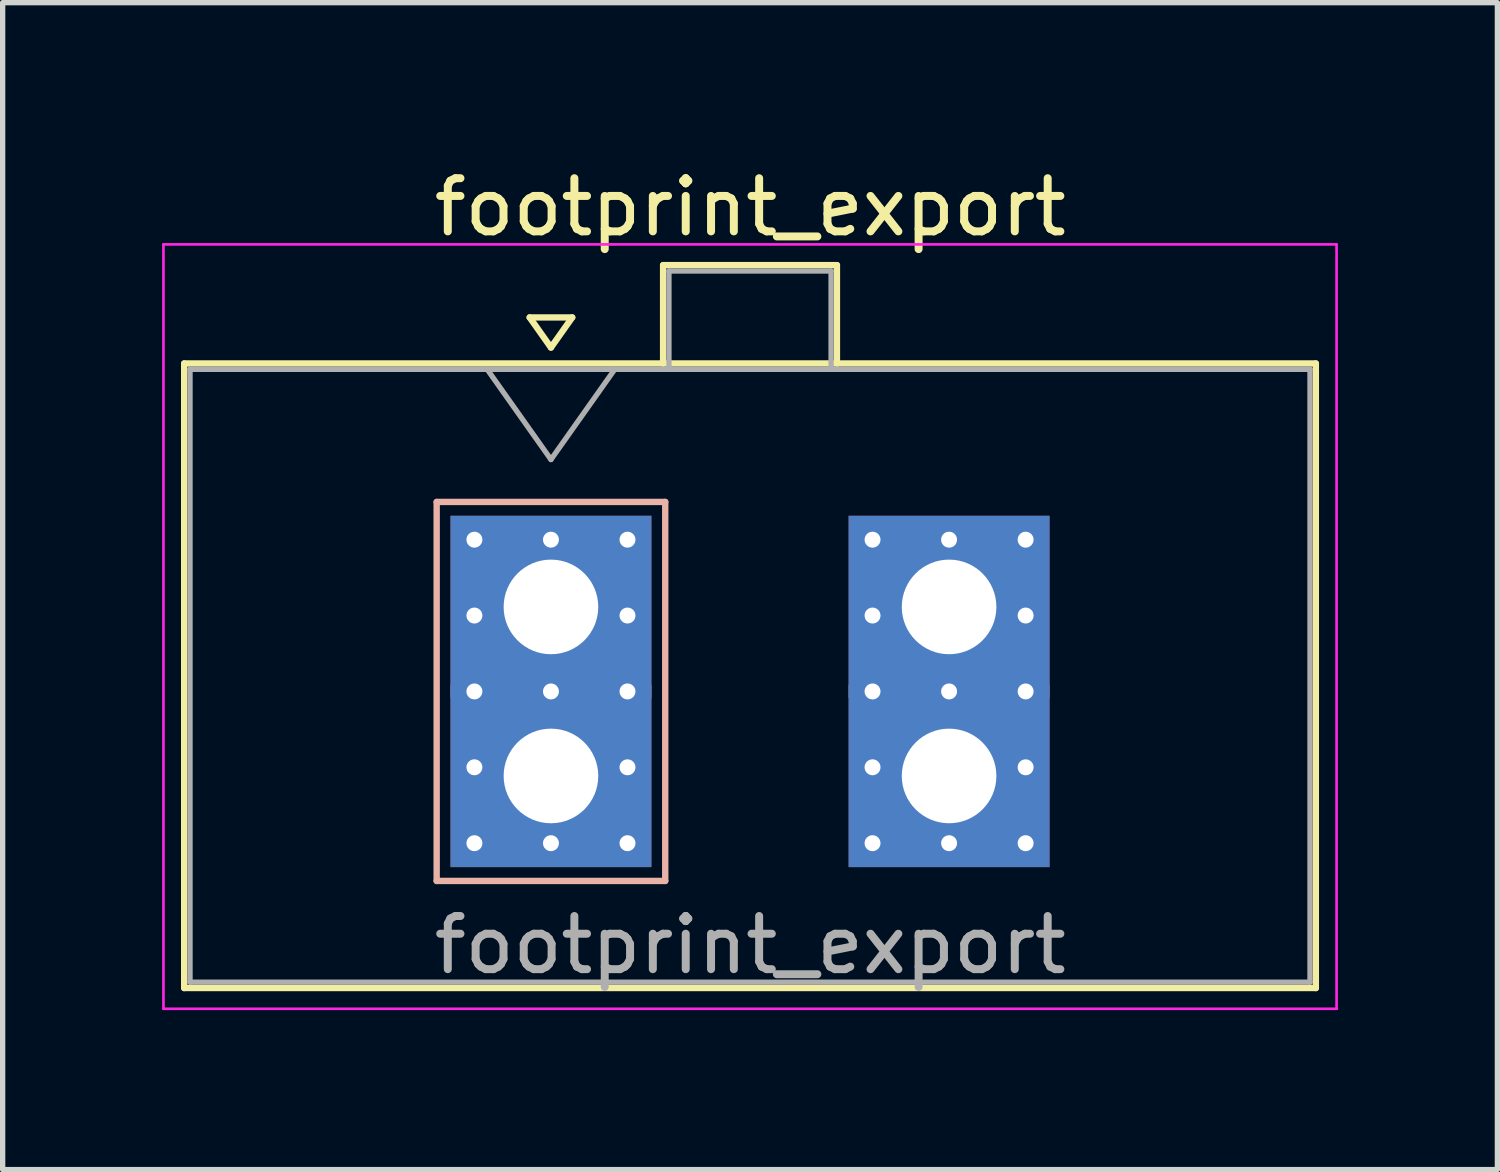
<source format=kicad_pcb>
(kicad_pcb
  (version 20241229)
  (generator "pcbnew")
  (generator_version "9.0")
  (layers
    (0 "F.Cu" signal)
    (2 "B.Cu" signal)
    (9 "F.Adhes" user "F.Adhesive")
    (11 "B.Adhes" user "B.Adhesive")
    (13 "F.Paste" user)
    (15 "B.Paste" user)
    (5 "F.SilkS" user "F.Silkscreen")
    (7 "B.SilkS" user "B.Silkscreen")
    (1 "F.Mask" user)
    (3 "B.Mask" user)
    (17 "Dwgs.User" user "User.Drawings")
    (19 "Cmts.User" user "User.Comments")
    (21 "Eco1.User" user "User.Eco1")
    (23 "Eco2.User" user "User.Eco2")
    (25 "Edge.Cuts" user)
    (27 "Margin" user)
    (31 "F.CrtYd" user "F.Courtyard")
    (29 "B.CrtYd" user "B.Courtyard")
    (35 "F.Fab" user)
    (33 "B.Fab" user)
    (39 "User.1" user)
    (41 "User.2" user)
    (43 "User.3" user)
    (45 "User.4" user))
  (footprint "footprint_export"
    (layer "F.Cu")
    (at 7.315 11.548)
    (property "Reference" "footprint_export" (at 3.75 -10.7 0) (layer "F.SilkS") (effects (font (size 1 1) (thickness 0.15))))
    (attr through_hole)
    (fp_line (start -6.9 -7.76) (end -6.9 3.99) (stroke (width 0.12) (type solid)) (layer "F.SilkS"))
    (fp_line (start -6.9 3.99) (end 14.39 3.99) (stroke (width 0.12) (type solid)) (layer "F.SilkS"))
    (fp_line (start -0.4 -8.626) (end 0 -8.06) (stroke (width 0.12) (type solid)) (layer "F.SilkS"))
    (fp_line (start 0 -8.06) (end 0.4 -8.626) (stroke (width 0.12) (type solid)) (layer "F.SilkS"))
    (fp_line (start 0.4 -8.626) (end -0.4 -8.626) (stroke (width 0.12) (type solid)) (layer "F.SilkS"))
    (fp_line (start 2.11 -9.61) (end 5.38 -9.61) (stroke (width 0.12) (type solid)) (layer "F.SilkS"))
    (fp_line (start 2.11 -7.76) (end 2.11 -9.61) (stroke (width 0.12) (type solid)) (layer "F.SilkS"))
    (fp_line (start 5.38 -9.61) (end 5.38 -7.76) (stroke (width 0.12) (type solid)) (layer "F.SilkS"))
    (fp_line (start 14.39 -7.76) (end -6.9 -7.76) (stroke (width 0.12) (type solid)) (layer "F.SilkS"))
    (fp_line (start 14.39 3.99) (end 14.39 -7.76) (stroke (width 0.12) (type solid)) (layer "F.SilkS"))
    (fp_line (start -2.15 -5.155) (end -2.15 1.975) (stroke (width 0.12) (type solid)) (layer "B.SilkS"))
    (fp_line (start -2.15 1.975) (end 2.15 1.975) (stroke (width 0.12) (type solid)) (layer "B.SilkS"))
    (fp_line (start 2.15 -5.155) (end -2.15 -5.155) (stroke (width 0.12) (type solid)) (layer "B.SilkS"))
    (fp_line (start 2.15 1.975) (end 2.15 -5.155) (stroke (width 0.12) (type solid)) (layer "B.SilkS"))
    (fp_line (start -7.29 -10) (end -7.29 4.38) (stroke (width 0.05) (type solid)) (layer "F.CrtYd"))
    (fp_line (start -7.29 4.38) (end 14.78 4.38) (stroke (width 0.05) (type solid)) (layer "F.CrtYd"))
    (fp_line (start 14.78 -10) (end -7.29 -10) (stroke (width 0.05) (type solid)) (layer "F.CrtYd"))
    (fp_line (start 14.78 4.38) (end 14.78 -10) (stroke (width 0.05) (type solid)) (layer "F.CrtYd"))
    (fp_line (start -6.79 -7.65) (end -6.79 3.88) (stroke (width 0.1) (type solid)) (layer "F.Fab"))
    (fp_line (start -6.79 3.88) (end 14.28 3.88) (stroke (width 0.1) (type solid)) (layer "F.Fab"))
    (fp_line (start -1.2 -7.65) (end 0 -5.953) (stroke (width 0.1) (type solid)) (layer "F.Fab"))
    (fp_line (start 0 -5.953) (end 1.2 -7.65) (stroke (width 0.1) (type solid)) (layer "F.Fab"))
    (fp_line (start 2.22 -9.5) (end 5.27 -9.5) (stroke (width 0.1) (type solid)) (layer "F.Fab"))
    (fp_line (start 2.22 -7.65) (end 2.22 -9.5) (stroke (width 0.1) (type solid)) (layer "F.Fab"))
    (fp_line (start 5.27 -9.5) (end 5.27 -7.65) (stroke (width 0.1) (type solid)) (layer "F.Fab"))
    (fp_line (start 14.28 -7.65) (end -6.79 -7.65) (stroke (width 0.1) (type solid)) (layer "F.Fab"))
    (fp_line (start 14.28 3.88) (end 14.28 -7.65) (stroke (width 0.1) (type solid)) (layer "F.Fab"))
    (fp_text user "${REFERENCE}" (at 3.75 3.18 0) (layer "F.Fab") (effects (font (size 1 1) (thickness 0.15))))
    (pad "1" thru_hole rect (at -1.44 -4.445) (size 0.6 0.6) (drill 0.3) (layers "*.Cu" "*.Mask"))
    (pad "1" thru_hole rect (at -1.44 -3.018) (size 0.6 0.6) (drill 0.3) (layers "*.Cu" "*.Mask"))
    (pad "1" thru_hole rect (at -1.44 -1.59) (size 0.6 0.6) (drill 0.3) (layers "*.Cu" "*.Mask"))
    (pad "1" thru_hole rect (at -1.44 -0.163) (size 0.6 0.6) (drill 0.3) (layers "*.Cu" "*.Mask"))
    (pad "1" thru_hole rect (at -1.44 1.265) (size 0.6 0.6) (drill 0.3) (layers "*.Cu" "*.Mask"))
    (pad "1" thru_hole rect (at 0 -4.445) (size 0.6 0.6) (drill 0.3) (layers "*.Cu" "*.Mask"))
    (pad "1" thru_hole rect (at 0 -3.18) (size 3.78 3.43) (drill 1.78) (layers "*.Cu" "*.Mask"))
    (pad "1" thru_hole rect (at 0 -1.59) (size 0.6 0.6) (drill 0.3) (layers "*.Cu" "*.Mask"))
    (pad "1" thru_hole rect (at 0 0) (size 3.78 3.43) (drill 1.78) (layers "*.Cu" "*.Mask"))
    (pad "1" thru_hole rect (at 0 1.265) (size 0.6 0.6) (drill 0.3) (layers "*.Cu" "*.Mask"))
    (pad "1" thru_hole rect (at 1.44 -4.445) (size 0.6 0.6) (drill 0.3) (layers "*.Cu" "*.Mask"))
    (pad "1" thru_hole rect (at 1.44 -3.018) (size 0.6 0.6) (drill 0.3) (layers "*.Cu" "*.Mask"))
    (pad "1" thru_hole rect (at 1.44 -1.59) (size 0.6 0.6) (drill 0.3) (layers "*.Cu" "*.Mask"))
    (pad "1" thru_hole rect (at 1.44 -0.163) (size 0.6 0.6) (drill 0.3) (layers "*.Cu" "*.Mask"))
    (pad "1" thru_hole rect (at 1.44 1.265) (size 0.6 0.6) (drill 0.3) (layers "*.Cu" "*.Mask"))
    (pad "2" thru_hole circle (at 6.05 -4.445) (size 0.6 0.6) (drill 0.3) (layers "*.Cu" "*.Mask"))
    (pad "2" thru_hole circle (at 6.05 -3.018) (size 0.6 0.6) (drill 0.3) (layers "*.Cu" "*.Mask"))
    (pad "2" thru_hole circle (at 6.05 -1.59) (size 0.6 0.6) (drill 0.3) (layers "*.Cu" "*.Mask"))
    (pad "2" thru_hole circle (at 6.05 -0.163) (size 0.6 0.6) (drill 0.3) (layers "*.Cu" "*.Mask"))
    (pad "2" thru_hole circle (at 6.05 1.265) (size 0.6 0.6) (drill 0.3) (layers "*.Cu" "*.Mask"))
    (pad "2" thru_hole circle (at 7.49 -4.445) (size 0.6 0.6) (drill 0.3) (layers "*.Cu" "*.Mask"))
    (pad "2" thru_hole rect (at 7.49 -3.18) (size 3.78 3.43) (drill 1.78) (layers "*.Cu" "*.Mask"))
    (pad "2" thru_hole circle (at 7.49 -1.59) (size 0.6 0.6) (drill 0.3) (layers "*.Cu" "*.Mask"))
    (pad "2" thru_hole rect (at 7.49 0) (size 3.78 3.43) (drill 1.78) (layers "*.Cu" "*.Mask"))
    (pad "2" thru_hole circle (at 7.49 1.265) (size 0.6 0.6) (drill 0.3) (layers "*.Cu" "*.Mask"))
    (pad "2" thru_hole circle (at 8.93 -4.445) (size 0.6 0.6) (drill 0.3) (layers "*.Cu" "*.Mask"))
    (pad "2" thru_hole circle (at 8.93 -3.018) (size 0.6 0.6) (drill 0.3) (layers "*.Cu" "*.Mask"))
    (pad "2" thru_hole circle (at 8.93 -1.59) (size 0.6 0.6) (drill 0.3) (layers "*.Cu" "*.Mask"))
    (pad "2" thru_hole circle (at 8.93 -0.163) (size 0.6 0.6) (drill 0.3) (layers "*.Cu" "*.Mask"))
    (pad "2" thru_hole circle (at 8.93 1.265) (size 0.6 0.6) (drill 0.3) (layers "*.Cu" "*.Mask")))
  (gr_rect
    (start -3 -3)
    (end 25.12 18.953)
    (stroke (width 0.1) (type default))
    (fill no)
    (layer "Edge.Cuts")))
</source>
